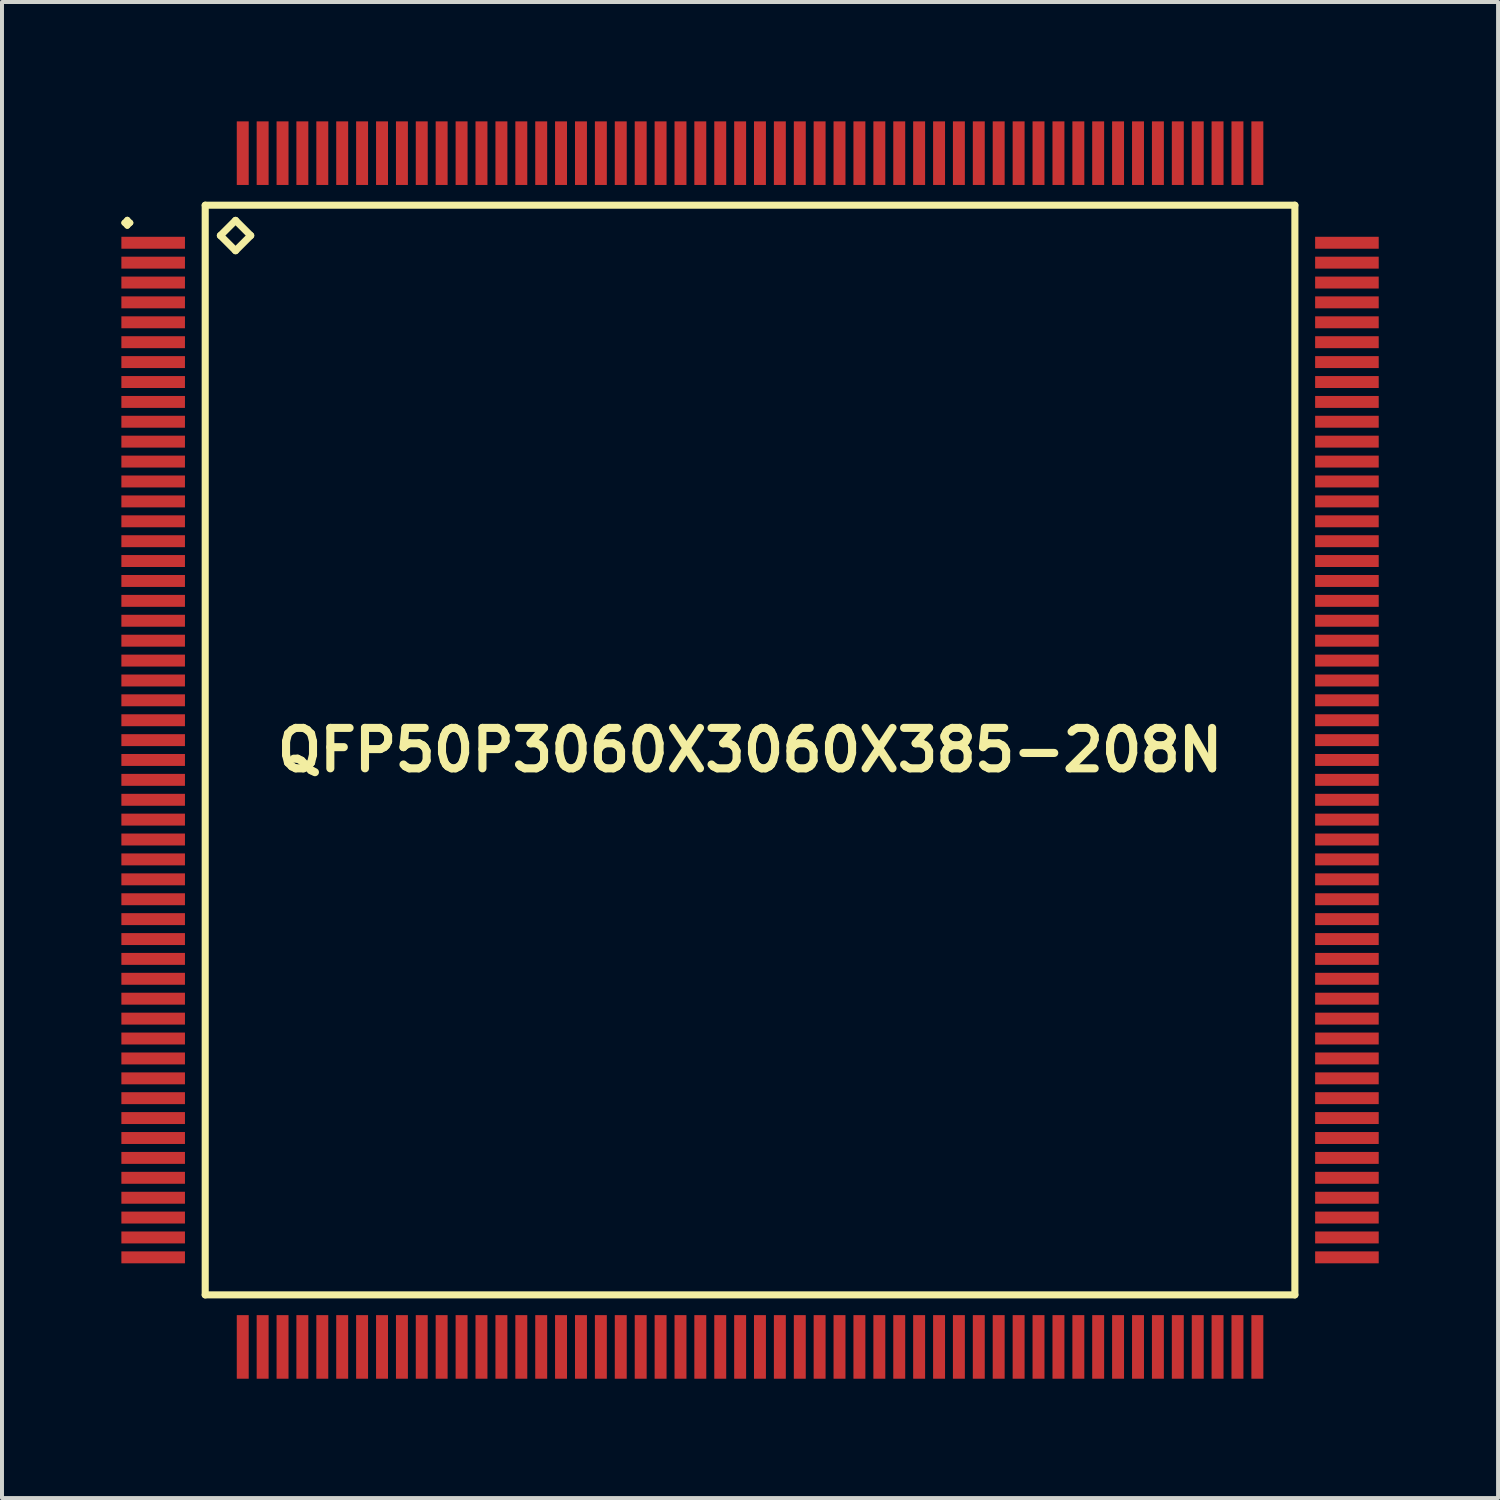
<source format=kicad_pcb>
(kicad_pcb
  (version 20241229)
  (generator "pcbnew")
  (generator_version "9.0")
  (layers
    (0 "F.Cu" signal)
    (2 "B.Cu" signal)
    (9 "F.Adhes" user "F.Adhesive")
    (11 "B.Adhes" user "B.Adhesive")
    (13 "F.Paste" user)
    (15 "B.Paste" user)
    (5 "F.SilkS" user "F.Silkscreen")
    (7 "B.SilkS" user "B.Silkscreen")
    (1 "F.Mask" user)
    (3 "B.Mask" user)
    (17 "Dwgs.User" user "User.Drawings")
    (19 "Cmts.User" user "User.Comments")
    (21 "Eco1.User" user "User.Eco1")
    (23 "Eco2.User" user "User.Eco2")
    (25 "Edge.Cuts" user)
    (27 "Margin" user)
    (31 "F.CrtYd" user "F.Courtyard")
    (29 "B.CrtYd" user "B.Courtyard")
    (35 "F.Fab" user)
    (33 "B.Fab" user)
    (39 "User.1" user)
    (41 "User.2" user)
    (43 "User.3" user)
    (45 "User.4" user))
  (footprint "QFP50P3060X3060X385-208N"
    (layer "F.Cu")
    (at 15.798 15.798)
    (property "Reference" "QFP50P3060X3060X385-208N" (at 0 0 0) (layer "F.SilkS") (effects (font (size 1.016 1.016) (thickness 0.203))))
    (attr smd)
    (fp_line (start -15.723 -13.249) (end -15.649 -13.325) (stroke (width 0.15) (type solid)) (layer "F.SilkS"))
    (fp_line (start -15.649 -13.325) (end -15.573 -13.249) (stroke (width 0.15) (type solid)) (layer "F.SilkS"))
    (fp_line (start -15.649 -13.175) (end -15.723 -13.249) (stroke (width 0.15) (type solid)) (layer "F.SilkS"))
    (fp_line (start -15.573 -13.249) (end -15.649 -13.175) (stroke (width 0.15) (type solid)) (layer "F.SilkS"))
    (fp_line (start -13.691 -13.691) (end -13.691 13.691) (stroke (width 0.178) (type solid)) (layer "F.SilkS"))
    (fp_line (start -13.691 13.691) (end 13.691 13.691) (stroke (width 0.178) (type solid)) (layer "F.SilkS"))
    (fp_line (start -13.31 -12.929) (end -12.929 -13.31) (stroke (width 0.178) (type solid)) (layer "F.SilkS"))
    (fp_line (start -12.929 -13.31) (end -12.548 -12.929) (stroke (width 0.178) (type solid)) (layer "F.SilkS"))
    (fp_line (start -12.929 -12.548) (end -13.31 -12.929) (stroke (width 0.178) (type solid)) (layer "F.SilkS"))
    (fp_line (start -12.548 -12.929) (end -12.929 -12.548) (stroke (width 0.178) (type solid)) (layer "F.SilkS"))
    (fp_line (start 13.691 -13.691) (end -13.691 -13.691) (stroke (width 0.178) (type solid)) (layer "F.SilkS"))
    (fp_line (start 13.691 13.691) (end 13.691 -13.691) (stroke (width 0.178) (type solid)) (layer "F.SilkS"))
    (pad "1" smd rect (at -14.999 -12.748) (size 1.598 0.3) (layers "F.Cu" "F.Mask" "F.Paste"))
    (pad "2" smd rect (at -14.999 -12.248) (size 1.598 0.3) (layers "F.Cu" "F.Mask" "F.Paste"))
    (pad "3" smd rect (at -14.999 -11.748) (size 1.598 0.3) (layers "F.Cu" "F.Mask" "F.Paste"))
    (pad "4" smd rect (at -14.999 -11.25) (size 1.598 0.3) (layers "F.Cu" "F.Mask" "F.Paste"))
    (pad "5" smd rect (at -14.999 -10.749) (size 1.598 0.3) (layers "F.Cu" "F.Mask" "F.Paste"))
    (pad "6" smd rect (at -14.999 -10.249) (size 1.598 0.3) (layers "F.Cu" "F.Mask" "F.Paste"))
    (pad "7" smd rect (at -14.999 -9.749) (size 1.598 0.3) (layers "F.Cu" "F.Mask" "F.Paste"))
    (pad "8" smd rect (at -14.999 -9.248) (size 1.598 0.3) (layers "F.Cu" "F.Mask" "F.Paste"))
    (pad "9" smd rect (at -14.999 -8.748) (size 1.598 0.3) (layers "F.Cu" "F.Mask" "F.Paste"))
    (pad "10" smd rect (at -14.999 -8.25) (size 1.598 0.3) (layers "F.Cu" "F.Mask" "F.Paste"))
    (pad "11" smd rect (at -14.999 -7.75) (size 1.598 0.3) (layers "F.Cu" "F.Mask" "F.Paste"))
    (pad "12" smd rect (at -14.999 -7.249) (size 1.598 0.3) (layers "F.Cu" "F.Mask" "F.Paste"))
    (pad "13" smd rect (at -14.999 -6.749) (size 1.598 0.3) (layers "F.Cu" "F.Mask" "F.Paste"))
    (pad "14" smd rect (at -14.999 -6.248) (size 1.598 0.3) (layers "F.Cu" "F.Mask" "F.Paste"))
    (pad "15" smd rect (at -14.999 -5.748) (size 1.598 0.3) (layers "F.Cu" "F.Mask" "F.Paste"))
    (pad "16" smd rect (at -14.999 -5.248) (size 1.598 0.3) (layers "F.Cu" "F.Mask" "F.Paste"))
    (pad "17" smd rect (at -14.999 -4.75) (size 1.598 0.3) (layers "F.Cu" "F.Mask" "F.Paste"))
    (pad "18" smd rect (at -14.999 -4.249) (size 1.598 0.3) (layers "F.Cu" "F.Mask" "F.Paste"))
    (pad "19" smd rect (at -14.999 -3.749) (size 1.598 0.3) (layers "F.Cu" "F.Mask" "F.Paste"))
    (pad "20" smd rect (at -14.999 -3.249) (size 1.598 0.3) (layers "F.Cu" "F.Mask" "F.Paste"))
    (pad "21" smd rect (at -14.999 -2.748) (size 1.598 0.3) (layers "F.Cu" "F.Mask" "F.Paste"))
    (pad "22" smd rect (at -14.999 -2.248) (size 1.598 0.3) (layers "F.Cu" "F.Mask" "F.Paste"))
    (pad "23" smd rect (at -14.999 -1.748) (size 1.598 0.3) (layers "F.Cu" "F.Mask" "F.Paste"))
    (pad "24" smd rect (at -14.999 -1.25) (size 1.598 0.3) (layers "F.Cu" "F.Mask" "F.Paste"))
    (pad "25" smd rect (at -14.999 -0.749) (size 1.598 0.3) (layers "F.Cu" "F.Mask" "F.Paste"))
    (pad "26" smd rect (at -14.999 -0.249) (size 1.598 0.3) (layers "F.Cu" "F.Mask" "F.Paste"))
    (pad "27" smd rect (at -14.999 0.249) (size 1.598 0.3) (layers "F.Cu" "F.Mask" "F.Paste"))
    (pad "28" smd rect (at -14.999 0.749) (size 1.598 0.3) (layers "F.Cu" "F.Mask" "F.Paste"))
    (pad "29" smd rect (at -14.999 1.25) (size 1.598 0.3) (layers "F.Cu" "F.Mask" "F.Paste"))
    (pad "30" smd rect (at -14.999 1.748) (size 1.598 0.3) (layers "F.Cu" "F.Mask" "F.Paste"))
    (pad "31" smd rect (at -14.999 2.248) (size 1.598 0.3) (layers "F.Cu" "F.Mask" "F.Paste"))
    (pad "32" smd rect (at -14.999 2.748) (size 1.598 0.3) (layers "F.Cu" "F.Mask" "F.Paste"))
    (pad "33" smd rect (at -14.999 3.249) (size 1.598 0.3) (layers "F.Cu" "F.Mask" "F.Paste"))
    (pad "34" smd rect (at -14.999 3.749) (size 1.598 0.3) (layers "F.Cu" "F.Mask" "F.Paste"))
    (pad "35" smd rect (at -14.999 4.249) (size 1.598 0.3) (layers "F.Cu" "F.Mask" "F.Paste"))
    (pad "36" smd rect (at -14.999 4.75) (size 1.598 0.3) (layers "F.Cu" "F.Mask" "F.Paste"))
    (pad "37" smd rect (at -14.999 5.248) (size 1.598 0.3) (layers "F.Cu" "F.Mask" "F.Paste"))
    (pad "38" smd rect (at -14.999 5.748) (size 1.598 0.3) (layers "F.Cu" "F.Mask" "F.Paste"))
    (pad "39" smd rect (at -14.999 6.248) (size 1.598 0.3) (layers "F.Cu" "F.Mask" "F.Paste"))
    (pad "40" smd rect (at -14.999 6.749) (size 1.598 0.3) (layers "F.Cu" "F.Mask" "F.Paste"))
    (pad "41" smd rect (at -14.999 7.249) (size 1.598 0.3) (layers "F.Cu" "F.Mask" "F.Paste"))
    (pad "42" smd rect (at -14.999 7.75) (size 1.598 0.3) (layers "F.Cu" "F.Mask" "F.Paste"))
    (pad "43" smd rect (at -14.999 8.25) (size 1.598 0.3) (layers "F.Cu" "F.Mask" "F.Paste"))
    (pad "44" smd rect (at -14.999 8.748) (size 1.598 0.3) (layers "F.Cu" "F.Mask" "F.Paste"))
    (pad "45" smd rect (at -14.999 9.248) (size 1.598 0.3) (layers "F.Cu" "F.Mask" "F.Paste"))
    (pad "46" smd rect (at -14.999 9.749) (size 1.598 0.3) (layers "F.Cu" "F.Mask" "F.Paste"))
    (pad "47" smd rect (at -14.999 10.249) (size 1.598 0.3) (layers "F.Cu" "F.Mask" "F.Paste"))
    (pad "48" smd rect (at -14.999 10.749) (size 1.598 0.3) (layers "F.Cu" "F.Mask" "F.Paste"))
    (pad "49" smd rect (at -14.999 11.25) (size 1.598 0.3) (layers "F.Cu" "F.Mask" "F.Paste"))
    (pad "50" smd rect (at -14.999 11.748) (size 1.598 0.3) (layers "F.Cu" "F.Mask" "F.Paste"))
    (pad "51" smd rect (at -14.999 12.248) (size 1.598 0.3) (layers "F.Cu" "F.Mask" "F.Paste"))
    (pad "52" smd rect (at -14.999 12.748) (size 1.598 0.3) (layers "F.Cu" "F.Mask" "F.Paste"))
    (pad "53" smd rect (at -12.748 14.999) (size 0.3 1.598) (layers "F.Cu" "F.Mask" "F.Paste"))
    (pad "54" smd rect (at -12.248 14.999) (size 0.3 1.598) (layers "F.Cu" "F.Mask" "F.Paste"))
    (pad "55" smd rect (at -11.748 14.999) (size 0.3 1.598) (layers "F.Cu" "F.Mask" "F.Paste"))
    (pad "56" smd rect (at -11.25 14.999) (size 0.3 1.598) (layers "F.Cu" "F.Mask" "F.Paste"))
    (pad "57" smd rect (at -10.749 14.999) (size 0.3 1.598) (layers "F.Cu" "F.Mask" "F.Paste"))
    (pad "58" smd rect (at -10.249 14.999) (size 0.3 1.598) (layers "F.Cu" "F.Mask" "F.Paste"))
    (pad "59" smd rect (at -9.749 14.999) (size 0.3 1.598) (layers "F.Cu" "F.Mask" "F.Paste"))
    (pad "60" smd rect (at -9.248 14.999) (size 0.3 1.598) (layers "F.Cu" "F.Mask" "F.Paste"))
    (pad "61" smd rect (at -8.748 14.999) (size 0.3 1.598) (layers "F.Cu" "F.Mask" "F.Paste"))
    (pad "62" smd rect (at -8.25 14.999) (size 0.3 1.598) (layers "F.Cu" "F.Mask" "F.Paste"))
    (pad "63" smd rect (at -7.75 14.999) (size 0.3 1.598) (layers "F.Cu" "F.Mask" "F.Paste"))
    (pad "64" smd rect (at -7.249 14.999) (size 0.3 1.598) (layers "F.Cu" "F.Mask" "F.Paste"))
    (pad "65" smd rect (at -6.749 14.999) (size 0.3 1.598) (layers "F.Cu" "F.Mask" "F.Paste"))
    (pad "66" smd rect (at -6.248 14.999) (size 0.3 1.598) (layers "F.Cu" "F.Mask" "F.Paste"))
    (pad "67" smd rect (at -5.748 14.999) (size 0.3 1.598) (layers "F.Cu" "F.Mask" "F.Paste"))
    (pad "68" smd rect (at -5.248 14.999) (size 0.3 1.598) (layers "F.Cu" "F.Mask" "F.Paste"))
    (pad "69" smd rect (at -4.75 14.999) (size 0.3 1.598) (layers "F.Cu" "F.Mask" "F.Paste"))
    (pad "70" smd rect (at -4.249 14.999) (size 0.3 1.598) (layers "F.Cu" "F.Mask" "F.Paste"))
    (pad "71" smd rect (at -3.749 14.999) (size 0.3 1.598) (layers "F.Cu" "F.Mask" "F.Paste"))
    (pad "72" smd rect (at -3.249 14.999) (size 0.3 1.598) (layers "F.Cu" "F.Mask" "F.Paste"))
    (pad "73" smd rect (at -2.748 14.999) (size 0.3 1.598) (layers "F.Cu" "F.Mask" "F.Paste"))
    (pad "74" smd rect (at -2.248 14.999) (size 0.3 1.598) (layers "F.Cu" "F.Mask" "F.Paste"))
    (pad "75" smd rect (at -1.748 14.999) (size 0.3 1.598) (layers "F.Cu" "F.Mask" "F.Paste"))
    (pad "76" smd rect (at -1.25 14.999) (size 0.3 1.598) (layers "F.Cu" "F.Mask" "F.Paste"))
    (pad "77" smd rect (at -0.749 14.999) (size 0.3 1.598) (layers "F.Cu" "F.Mask" "F.Paste"))
    (pad "78" smd rect (at -0.249 14.999) (size 0.3 1.598) (layers "F.Cu" "F.Mask" "F.Paste"))
    (pad "79" smd rect (at 0.249 14.999) (size 0.3 1.598) (layers "F.Cu" "F.Mask" "F.Paste"))
    (pad "80" smd rect (at 0.749 14.999) (size 0.3 1.598) (layers "F.Cu" "F.Mask" "F.Paste"))
    (pad "81" smd rect (at 1.25 14.999) (size 0.3 1.598) (layers "F.Cu" "F.Mask" "F.Paste"))
    (pad "82" smd rect (at 1.748 14.999) (size 0.3 1.598) (layers "F.Cu" "F.Mask" "F.Paste"))
    (pad "83" smd rect (at 2.248 14.999) (size 0.3 1.598) (layers "F.Cu" "F.Mask" "F.Paste"))
    (pad "84" smd rect (at 2.748 14.999) (size 0.3 1.598) (layers "F.Cu" "F.Mask" "F.Paste"))
    (pad "85" smd rect (at 3.249 14.999) (size 0.3 1.598) (layers "F.Cu" "F.Mask" "F.Paste"))
    (pad "86" smd rect (at 3.749 14.999) (size 0.3 1.598) (layers "F.Cu" "F.Mask" "F.Paste"))
    (pad "87" smd rect (at 4.249 14.999) (size 0.3 1.598) (layers "F.Cu" "F.Mask" "F.Paste"))
    (pad "88" smd rect (at 4.75 14.999) (size 0.3 1.598) (layers "F.Cu" "F.Mask" "F.Paste"))
    (pad "89" smd rect (at 5.248 14.999) (size 0.3 1.598) (layers "F.Cu" "F.Mask" "F.Paste"))
    (pad "90" smd rect (at 5.748 14.999) (size 0.3 1.598) (layers "F.Cu" "F.Mask" "F.Paste"))
    (pad "91" smd rect (at 6.248 14.999) (size 0.3 1.598) (layers "F.Cu" "F.Mask" "F.Paste"))
    (pad "92" smd rect (at 6.749 14.999) (size 0.3 1.598) (layers "F.Cu" "F.Mask" "F.Paste"))
    (pad "93" smd rect (at 7.249 14.999) (size 0.3 1.598) (layers "F.Cu" "F.Mask" "F.Paste"))
    (pad "94" smd rect (at 7.75 14.999) (size 0.3 1.598) (layers "F.Cu" "F.Mask" "F.Paste"))
    (pad "95" smd rect (at 8.25 14.999) (size 0.3 1.598) (layers "F.Cu" "F.Mask" "F.Paste"))
    (pad "96" smd rect (at 8.748 14.999) (size 0.3 1.598) (layers "F.Cu" "F.Mask" "F.Paste"))
    (pad "97" smd rect (at 9.248 14.999) (size 0.3 1.598) (layers "F.Cu" "F.Mask" "F.Paste"))
    (pad "98" smd rect (at 9.749 14.999) (size 0.3 1.598) (layers "F.Cu" "F.Mask" "F.Paste"))
    (pad "99" smd rect (at 10.249 14.999) (size 0.3 1.598) (layers "F.Cu" "F.Mask" "F.Paste"))
    (pad "100" smd rect (at 10.749 14.999) (size 0.3 1.598) (layers "F.Cu" "F.Mask" "F.Paste"))
    (pad "101" smd rect (at 11.25 14.999) (size 0.3 1.598) (layers "F.Cu" "F.Mask" "F.Paste"))
    (pad "102" smd rect (at 11.748 14.999) (size 0.3 1.598) (layers "F.Cu" "F.Mask" "F.Paste"))
    (pad "103" smd rect (at 12.248 14.999) (size 0.3 1.598) (layers "F.Cu" "F.Mask" "F.Paste"))
    (pad "104" smd rect (at 12.748 14.999) (size 0.3 1.598) (layers "F.Cu" "F.Mask" "F.Paste"))
    (pad "105" smd rect (at 14.999 12.748) (size 1.598 0.3) (layers "F.Cu" "F.Mask" "F.Paste"))
    (pad "106" smd rect (at 14.999 12.248) (size 1.598 0.3) (layers "F.Cu" "F.Mask" "F.Paste"))
    (pad "107" smd rect (at 14.999 11.748) (size 1.598 0.3) (layers "F.Cu" "F.Mask" "F.Paste"))
    (pad "108" smd rect (at 14.999 11.25) (size 1.598 0.3) (layers "F.Cu" "F.Mask" "F.Paste"))
    (pad "109" smd rect (at 14.999 10.749) (size 1.598 0.3) (layers "F.Cu" "F.Mask" "F.Paste"))
    (pad "110" smd rect (at 14.999 10.249) (size 1.598 0.3) (layers "F.Cu" "F.Mask" "F.Paste"))
    (pad "111" smd rect (at 14.999 9.749) (size 1.598 0.3) (layers "F.Cu" "F.Mask" "F.Paste"))
    (pad "112" smd rect (at 14.999 9.248) (size 1.598 0.3) (layers "F.Cu" "F.Mask" "F.Paste"))
    (pad "113" smd rect (at 14.999 8.748) (size 1.598 0.3) (layers "F.Cu" "F.Mask" "F.Paste"))
    (pad "114" smd rect (at 14.999 8.25) (size 1.598 0.3) (layers "F.Cu" "F.Mask" "F.Paste"))
    (pad "115" smd rect (at 14.999 7.75) (size 1.598 0.3) (layers "F.Cu" "F.Mask" "F.Paste"))
    (pad "116" smd rect (at 14.999 7.249) (size 1.598 0.3) (layers "F.Cu" "F.Mask" "F.Paste"))
    (pad "117" smd rect (at 14.999 6.749) (size 1.598 0.3) (layers "F.Cu" "F.Mask" "F.Paste"))
    (pad "118" smd rect (at 14.999 6.248) (size 1.598 0.3) (layers "F.Cu" "F.Mask" "F.Paste"))
    (pad "119" smd rect (at 14.999 5.748) (size 1.598 0.3) (layers "F.Cu" "F.Mask" "F.Paste"))
    (pad "120" smd rect (at 14.999 5.248) (size 1.598 0.3) (layers "F.Cu" "F.Mask" "F.Paste"))
    (pad "121" smd rect (at 14.999 4.75) (size 1.598 0.3) (layers "F.Cu" "F.Mask" "F.Paste"))
    (pad "122" smd rect (at 14.999 4.249) (size 1.598 0.3) (layers "F.Cu" "F.Mask" "F.Paste"))
    (pad "123" smd rect (at 14.999 3.749) (size 1.598 0.3) (layers "F.Cu" "F.Mask" "F.Paste"))
    (pad "124" smd rect (at 14.999 3.249) (size 1.598 0.3) (layers "F.Cu" "F.Mask" "F.Paste"))
    (pad "125" smd rect (at 14.999 2.748) (size 1.598 0.3) (layers "F.Cu" "F.Mask" "F.Paste"))
    (pad "126" smd rect (at 14.999 2.248) (size 1.598 0.3) (layers "F.Cu" "F.Mask" "F.Paste"))
    (pad "127" smd rect (at 14.999 1.748) (size 1.598 0.3) (layers "F.Cu" "F.Mask" "F.Paste"))
    (pad "128" smd rect (at 14.999 1.25) (size 1.598 0.3) (layers "F.Cu" "F.Mask" "F.Paste"))
    (pad "129" smd rect (at 14.999 0.749) (size 1.598 0.3) (layers "F.Cu" "F.Mask" "F.Paste"))
    (pad "130" smd rect (at 14.999 0.249) (size 1.598 0.3) (layers "F.Cu" "F.Mask" "F.Paste"))
    (pad "131" smd rect (at 14.999 -0.249) (size 1.598 0.3) (layers "F.Cu" "F.Mask" "F.Paste"))
    (pad "132" smd rect (at 14.999 -0.749) (size 1.598 0.3) (layers "F.Cu" "F.Mask" "F.Paste"))
    (pad "133" smd rect (at 14.999 -1.25) (size 1.598 0.3) (layers "F.Cu" "F.Mask" "F.Paste"))
    (pad "134" smd rect (at 14.999 -1.748) (size 1.598 0.3) (layers "F.Cu" "F.Mask" "F.Paste"))
    (pad "135" smd rect (at 14.999 -2.248) (size 1.598 0.3) (layers "F.Cu" "F.Mask" "F.Paste"))
    (pad "136" smd rect (at 14.999 -2.748) (size 1.598 0.3) (layers "F.Cu" "F.Mask" "F.Paste"))
    (pad "137" smd rect (at 14.999 -3.249) (size 1.598 0.3) (layers "F.Cu" "F.Mask" "F.Paste"))
    (pad "138" smd rect (at 14.999 -3.749) (size 1.598 0.3) (layers "F.Cu" "F.Mask" "F.Paste"))
    (pad "139" smd rect (at 14.999 -4.249) (size 1.598 0.3) (layers "F.Cu" "F.Mask" "F.Paste"))
    (pad "140" smd rect (at 14.999 -4.75) (size 1.598 0.3) (layers "F.Cu" "F.Mask" "F.Paste"))
    (pad "141" smd rect (at 14.999 -5.248) (size 1.598 0.3) (layers "F.Cu" "F.Mask" "F.Paste"))
    (pad "142" smd rect (at 14.999 -5.748) (size 1.598 0.3) (layers "F.Cu" "F.Mask" "F.Paste"))
    (pad "143" smd rect (at 14.999 -6.248) (size 1.598 0.3) (layers "F.Cu" "F.Mask" "F.Paste"))
    (pad "144" smd rect (at 14.999 -6.749) (size 1.598 0.3) (layers "F.Cu" "F.Mask" "F.Paste"))
    (pad "145" smd rect (at 14.999 -7.249) (size 1.598 0.3) (layers "F.Cu" "F.Mask" "F.Paste"))
    (pad "146" smd rect (at 14.999 -7.75) (size 1.598 0.3) (layers "F.Cu" "F.Mask" "F.Paste"))
    (pad "147" smd rect (at 14.999 -8.25) (size 1.598 0.3) (layers "F.Cu" "F.Mask" "F.Paste"))
    (pad "148" smd rect (at 14.999 -8.748) (size 1.598 0.3) (layers "F.Cu" "F.Mask" "F.Paste"))
    (pad "149" smd rect (at 14.999 -9.248) (size 1.598 0.3) (layers "F.Cu" "F.Mask" "F.Paste"))
    (pad "150" smd rect (at 14.999 -9.749) (size 1.598 0.3) (layers "F.Cu" "F.Mask" "F.Paste"))
    (pad "151" smd rect (at 14.999 -10.249) (size 1.598 0.3) (layers "F.Cu" "F.Mask" "F.Paste"))
    (pad "152" smd rect (at 14.999 -10.749) (size 1.598 0.3) (layers "F.Cu" "F.Mask" "F.Paste"))
    (pad "153" smd rect (at 14.999 -11.25) (size 1.598 0.3) (layers "F.Cu" "F.Mask" "F.Paste"))
    (pad "154" smd rect (at 14.999 -11.748) (size 1.598 0.3) (layers "F.Cu" "F.Mask" "F.Paste"))
    (pad "155" smd rect (at 14.999 -12.248) (size 1.598 0.3) (layers "F.Cu" "F.Mask" "F.Paste"))
    (pad "156" smd rect (at 14.999 -12.748) (size 1.598 0.3) (layers "F.Cu" "F.Mask" "F.Paste"))
    (pad "157" smd rect (at 12.748 -14.999) (size 0.3 1.598) (layers "F.Cu" "F.Mask" "F.Paste"))
    (pad "158" smd rect (at 12.248 -14.999) (size 0.3 1.598) (layers "F.Cu" "F.Mask" "F.Paste"))
    (pad "159" smd rect (at 11.748 -14.999) (size 0.3 1.598) (layers "F.Cu" "F.Mask" "F.Paste"))
    (pad "160" smd rect (at 11.25 -14.999) (size 0.3 1.598) (layers "F.Cu" "F.Mask" "F.Paste"))
    (pad "161" smd rect (at 10.749 -14.999) (size 0.3 1.598) (layers "F.Cu" "F.Mask" "F.Paste"))
    (pad "162" smd rect (at 10.249 -14.999) (size 0.3 1.598) (layers "F.Cu" "F.Mask" "F.Paste"))
    (pad "163" smd rect (at 9.749 -14.999) (size 0.3 1.598) (layers "F.Cu" "F.Mask" "F.Paste"))
    (pad "164" smd rect (at 9.248 -14.999) (size 0.3 1.598) (layers "F.Cu" "F.Mask" "F.Paste"))
    (pad "165" smd rect (at 8.748 -14.999) (size 0.3 1.598) (layers "F.Cu" "F.Mask" "F.Paste"))
    (pad "166" smd rect (at 8.25 -14.999) (size 0.3 1.598) (layers "F.Cu" "F.Mask" "F.Paste"))
    (pad "167" smd rect (at 7.75 -14.999) (size 0.3 1.598) (layers "F.Cu" "F.Mask" "F.Paste"))
    (pad "168" smd rect (at 7.249 -14.999) (size 0.3 1.598) (layers "F.Cu" "F.Mask" "F.Paste"))
    (pad "169" smd rect (at 6.749 -14.999) (size 0.3 1.598) (layers "F.Cu" "F.Mask" "F.Paste"))
    (pad "170" smd rect (at 6.248 -14.999) (size 0.3 1.598) (layers "F.Cu" "F.Mask" "F.Paste"))
    (pad "171" smd rect (at 5.748 -14.999) (size 0.3 1.598) (layers "F.Cu" "F.Mask" "F.Paste"))
    (pad "172" smd rect (at 5.248 -14.999) (size 0.3 1.598) (layers "F.Cu" "F.Mask" "F.Paste"))
    (pad "173" smd rect (at 4.75 -14.999) (size 0.3 1.598) (layers "F.Cu" "F.Mask" "F.Paste"))
    (pad "174" smd rect (at 4.249 -14.999) (size 0.3 1.598) (layers "F.Cu" "F.Mask" "F.Paste"))
    (pad "175" smd rect (at 3.749 -14.999) (size 0.3 1.598) (layers "F.Cu" "F.Mask" "F.Paste"))
    (pad "176" smd rect (at 3.249 -14.999) (size 0.3 1.598) (layers "F.Cu" "F.Mask" "F.Paste"))
    (pad "177" smd rect (at 2.748 -14.999) (size 0.3 1.598) (layers "F.Cu" "F.Mask" "F.Paste"))
    (pad "178" smd rect (at 2.248 -14.999) (size 0.3 1.598) (layers "F.Cu" "F.Mask" "F.Paste"))
    (pad "179" smd rect (at 1.748 -14.999) (size 0.3 1.598) (layers "F.Cu" "F.Mask" "F.Paste"))
    (pad "180" smd rect (at 1.25 -14.999) (size 0.3 1.598) (layers "F.Cu" "F.Mask" "F.Paste"))
    (pad "181" smd rect (at 0.749 -14.999) (size 0.3 1.598) (layers "F.Cu" "F.Mask" "F.Paste"))
    (pad "182" smd rect (at 0.249 -14.999) (size 0.3 1.598) (layers "F.Cu" "F.Mask" "F.Paste"))
    (pad "183" smd rect (at -0.249 -14.999) (size 0.3 1.598) (layers "F.Cu" "F.Mask" "F.Paste"))
    (pad "184" smd rect (at -0.749 -14.999) (size 0.3 1.598) (layers "F.Cu" "F.Mask" "F.Paste"))
    (pad "185" smd rect (at -1.25 -14.999) (size 0.3 1.598) (layers "F.Cu" "F.Mask" "F.Paste"))
    (pad "186" smd rect (at -1.748 -14.999) (size 0.3 1.598) (layers "F.Cu" "F.Mask" "F.Paste"))
    (pad "187" smd rect (at -2.248 -14.999) (size 0.3 1.598) (layers "F.Cu" "F.Mask" "F.Paste"))
    (pad "188" smd rect (at -2.748 -14.999) (size 0.3 1.598) (layers "F.Cu" "F.Mask" "F.Paste"))
    (pad "189" smd rect (at -3.249 -14.999) (size 0.3 1.598) (layers "F.Cu" "F.Mask" "F.Paste"))
    (pad "190" smd rect (at -3.749 -14.999) (size 0.3 1.598) (layers "F.Cu" "F.Mask" "F.Paste"))
    (pad "191" smd rect (at -4.249 -14.999) (size 0.3 1.598) (layers "F.Cu" "F.Mask" "F.Paste"))
    (pad "192" smd rect (at -4.75 -14.999) (size 0.3 1.598) (layers "F.Cu" "F.Mask" "F.Paste"))
    (pad "193" smd rect (at -5.248 -14.999) (size 0.3 1.598) (layers "F.Cu" "F.Mask" "F.Paste"))
    (pad "194" smd rect (at -5.748 -14.999) (size 0.3 1.598) (layers "F.Cu" "F.Mask" "F.Paste"))
    (pad "195" smd rect (at -6.248 -14.999) (size 0.3 1.598) (layers "F.Cu" "F.Mask" "F.Paste"))
    (pad "196" smd rect (at -6.749 -14.999) (size 0.3 1.598) (layers "F.Cu" "F.Mask" "F.Paste"))
    (pad "197" smd rect (at -7.249 -14.999) (size 0.3 1.598) (layers "F.Cu" "F.Mask" "F.Paste"))
    (pad "198" smd rect (at -7.75 -14.999) (size 0.3 1.598) (layers "F.Cu" "F.Mask" "F.Paste"))
    (pad "199" smd rect (at -8.25 -14.999) (size 0.3 1.598) (layers "F.Cu" "F.Mask" "F.Paste"))
    (pad "200" smd rect (at -8.748 -14.999) (size 0.3 1.598) (layers "F.Cu" "F.Mask" "F.Paste"))
    (pad "201" smd rect (at -9.248 -14.999) (size 0.3 1.598) (layers "F.Cu" "F.Mask" "F.Paste"))
    (pad "202" smd rect (at -9.749 -14.999) (size 0.3 1.598) (layers "F.Cu" "F.Mask" "F.Paste"))
    (pad "203" smd rect (at -10.249 -14.999) (size 0.3 1.598) (layers "F.Cu" "F.Mask" "F.Paste"))
    (pad "204" smd rect (at -10.749 -14.999) (size 0.3 1.598) (layers "F.Cu" "F.Mask" "F.Paste"))
    (pad "205" smd rect (at -11.25 -14.999) (size 0.3 1.598) (layers "F.Cu" "F.Mask" "F.Paste"))
    (pad "206" smd rect (at -11.748 -14.999) (size 0.3 1.598) (layers "F.Cu" "F.Mask" "F.Paste"))
    (pad "207" smd rect (at -12.248 -14.999) (size 0.3 1.598) (layers "F.Cu" "F.Mask" "F.Paste"))
    (pad "208" smd rect (at -12.748 -14.999) (size 0.3 1.598) (layers "F.Cu" "F.Mask" "F.Paste")))
  (gr_rect
    (start -3 -3)
    (end 34.595 34.595)
    (stroke (width 0.1) (type default))
    (fill no)
    (layer "Edge.Cuts")))
</source>
